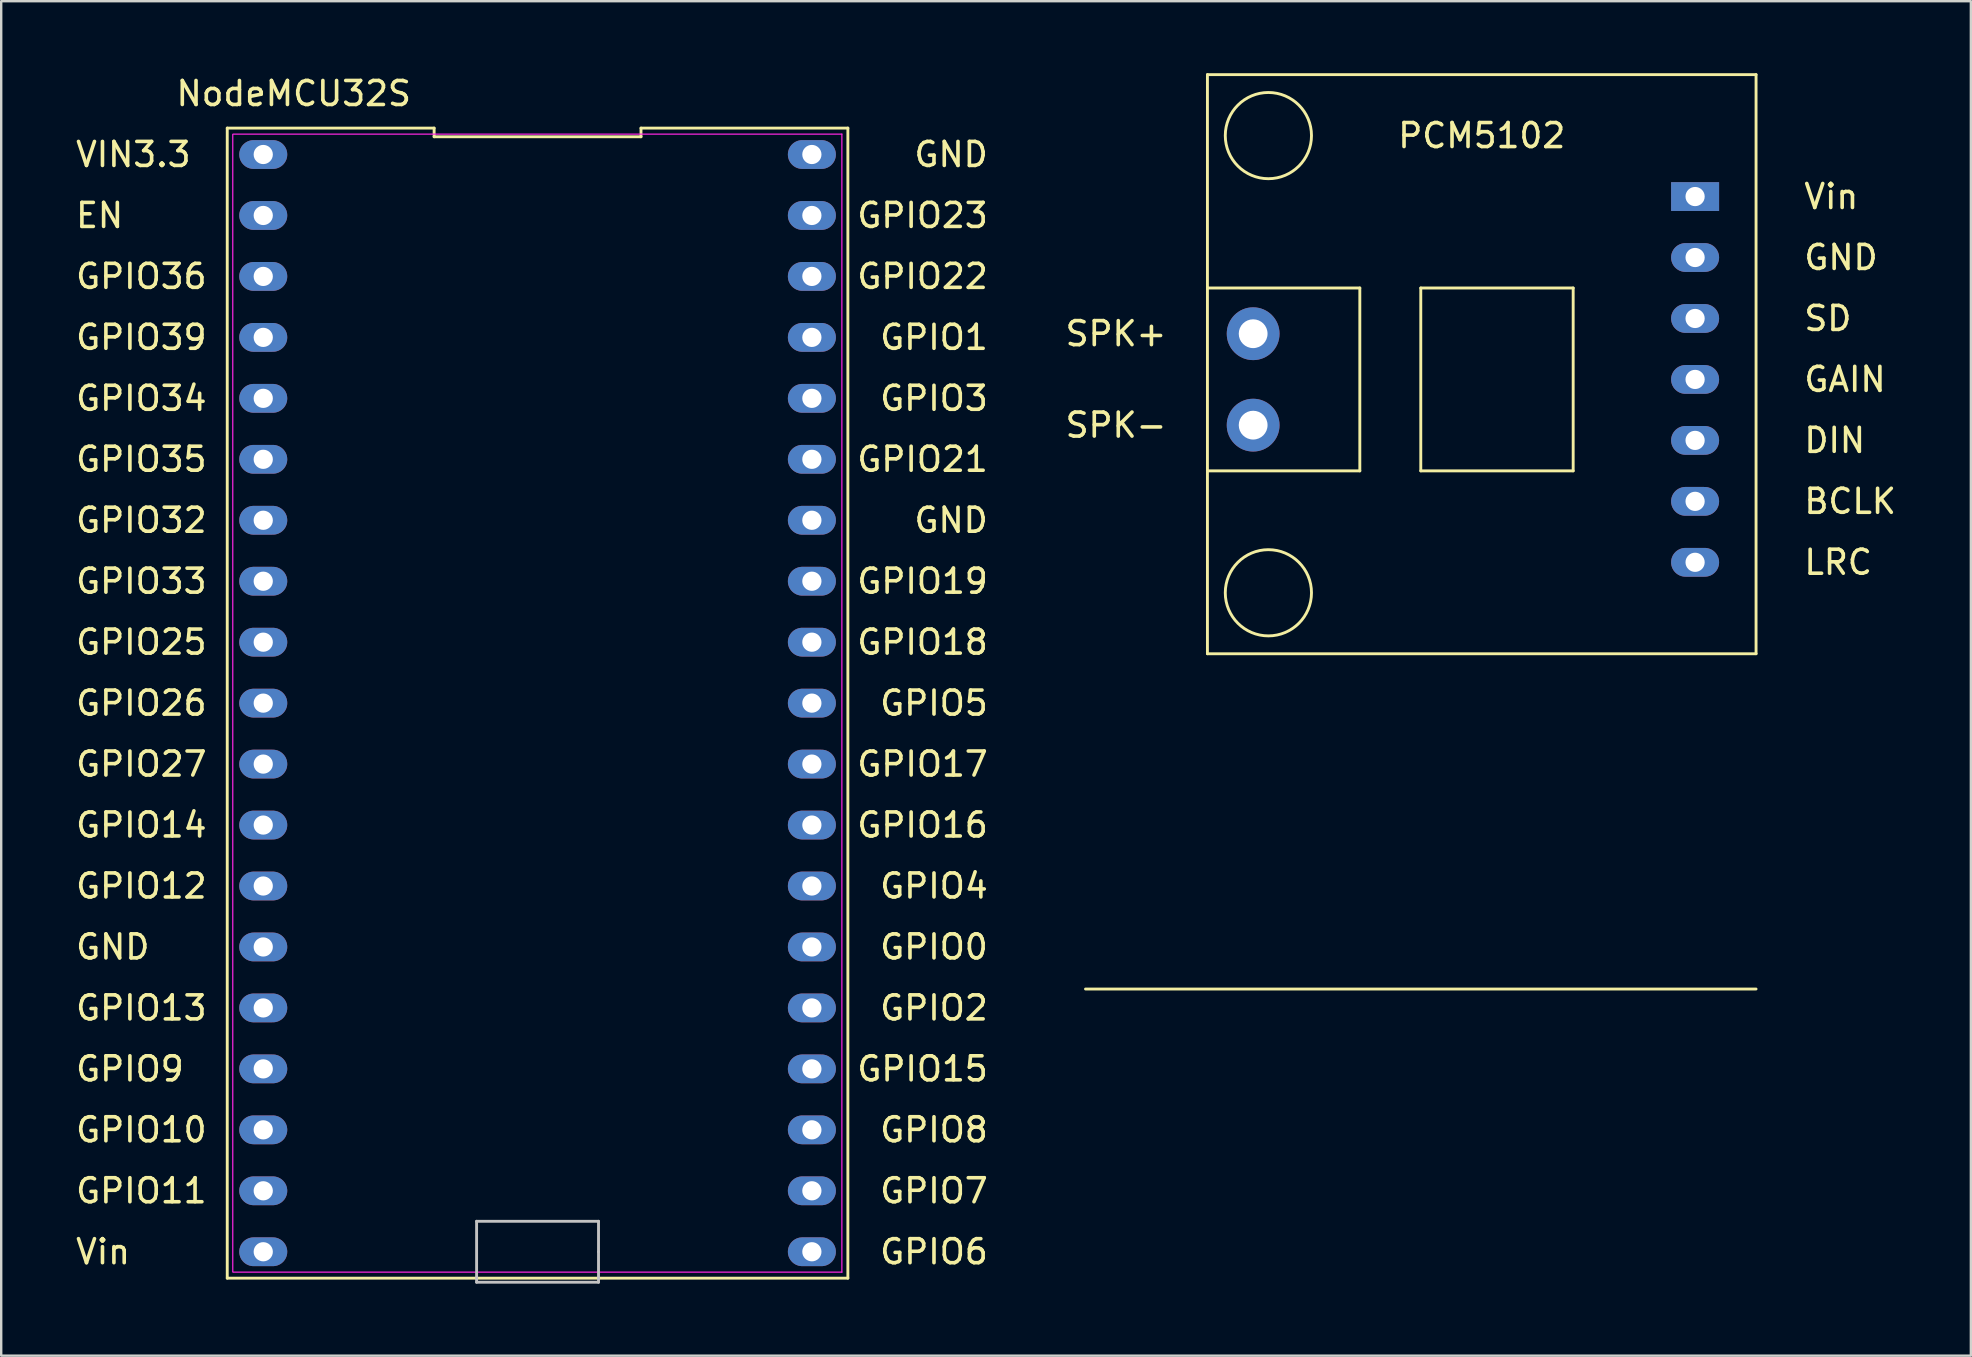
<source format=kicad_pcb>
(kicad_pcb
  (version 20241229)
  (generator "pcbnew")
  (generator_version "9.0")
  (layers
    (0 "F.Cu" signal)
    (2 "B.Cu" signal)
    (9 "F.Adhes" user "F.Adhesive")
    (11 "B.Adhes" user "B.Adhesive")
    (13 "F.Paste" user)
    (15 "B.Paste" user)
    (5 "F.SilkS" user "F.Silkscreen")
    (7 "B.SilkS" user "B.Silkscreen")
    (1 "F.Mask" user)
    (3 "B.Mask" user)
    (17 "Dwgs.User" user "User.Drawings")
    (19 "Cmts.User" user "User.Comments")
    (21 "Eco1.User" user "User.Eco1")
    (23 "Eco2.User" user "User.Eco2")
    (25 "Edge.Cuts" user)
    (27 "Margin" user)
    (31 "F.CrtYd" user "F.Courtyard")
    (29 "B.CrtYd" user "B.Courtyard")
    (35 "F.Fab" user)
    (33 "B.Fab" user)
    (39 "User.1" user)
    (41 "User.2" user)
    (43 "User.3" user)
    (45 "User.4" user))
  (footprint "NodeMCU32S"
    (layer "F.Cu")
    (at 19.349 26.248)
    (property "Reference" "NodeMCU32S" (at -10.16 -25.4 0) (layer "F.SilkS") (effects (font (size 1 1) (thickness 0.15))))
    (attr through_hole)
    (fp_line (start -12.93 23.96) (end 12.93 23.96) (stroke (width 0.12) (type solid)) (layer "F.SilkS"))
    (fp_line (start -12.93 -23.96) (end -12.93 23.96) (stroke (width 0.12) (type solid)) (layer "F.SilkS"))
    (fp_line (start -4.31 -23.96) (end -12.93 -23.96) (stroke (width 0.12) (type solid)) (layer "F.SilkS"))
    (fp_line (start -4.31 -23.6) (end -4.31 -23.96) (stroke (width 0.12) (type solid)) (layer "F.SilkS"))
    (fp_line (start 4.31 -23.96) (end 4.31 -23.6) (stroke (width 0.12) (type solid)) (layer "F.SilkS"))
    (fp_line (start 4.31 -23.6) (end -4.31 -23.6) (stroke (width 0.12) (type solid)) (layer "F.SilkS"))
    (fp_line (start 12.93 23.96) (end 12.93 -23.96) (stroke (width 0.12) (type solid)) (layer "F.SilkS"))
    (fp_line (start 12.93 -23.96) (end 4.31 -23.96) (stroke (width 0.12) (type solid)) (layer "F.SilkS"))
    (fp_line (start -2.54 21.59) (end 2.54 21.59) (stroke (width 0.12) (type solid)) (layer "Dwgs.User"))
    (fp_line (start -2.54 24.13) (end -2.54 21.59) (stroke (width 0.12) (type solid)) (layer "Dwgs.User"))
    (fp_line (start 2.54 21.59) (end 2.54 22.86) (stroke (width 0.12) (type solid)) (layer "Dwgs.User"))
    (fp_line (start 2.54 22.86) (end 2.54 24.13) (stroke (width 0.12) (type solid)) (layer "Dwgs.User"))
    (fp_line (start 2.54 24.13) (end -2.54 24.13) (stroke (width 0.12) (type solid)) (layer "Dwgs.User"))
    (fp_line (start -12.7 23.7) (end -12.7 -23.7) (stroke (width 0.05) (type solid)) (layer "F.CrtYd"))
    (fp_line (start -12.68 -23.71) (end 12.68 -23.71) (stroke (width 0.05) (type solid)) (layer "F.CrtYd"))
    (fp_line (start 12.68 -23.71) (end 12.68 23.71) (stroke (width 0.05) (type solid)) (layer "F.CrtYd"))
    (fp_line (start 12.68 23.71) (end -12.68 23.71) (stroke (width 0.05) (type solid)) (layer "F.CrtYd"))
    (fp_text user "GPIO15" (at 16.042 15.24 0) (unlocked yes) (layer "F.SilkS") (effects (font (size 1 1) (thickness 0.15))))
    (fp_text user "GND" (at -17.7 10.16 0) (unlocked yes) (layer "F.SilkS") (effects (font (size 1 1) (thickness 0.15))))
    (fp_text user "GND" (at 17.232 -22.86 0) (unlocked yes) (layer "F.SilkS") (effects (font (size 1 1) (thickness 0.15))))
    (fp_text user "GPIO34" (at -16.51 -12.7 0) (unlocked yes) (layer "F.SilkS") (effects (font (size 1 1) (thickness 0.15))))
    (fp_text user "EN" (at -18.248 -20.32 0) (unlocked yes) (layer "F.SilkS") (effects (font (size 1 1) (thickness 0.15))))
    (fp_text user "GPIO9" (at -16.986 15.24 0) (unlocked yes) (layer "F.SilkS") (effects (font (size 1 1) (thickness 0.15))))
    (fp_text user "GPIO12" (at -16.51 7.62 0) (unlocked yes) (layer "F.SilkS") (effects (font (size 1 1) (thickness 0.15))))
    (fp_text user "GPIO27" (at -16.51 2.54 0) (unlocked yes) (layer "F.SilkS") (effects (font (size 1 1) (thickness 0.15))))
    (fp_text user "GPIO26" (at -16.51 0 0) (unlocked yes) (layer "F.SilkS") (effects (font (size 1 1) (thickness 0.15))))
    (fp_text user "GPIO16" (at 16.042 5.08 0) (unlocked yes) (layer "F.SilkS") (effects (font (size 1 1) (thickness 0.15))))
    (fp_text user "GPIO14" (at -16.51 5.08 0) (unlocked yes) (layer "F.SilkS") (effects (font (size 1 1) (thickness 0.15))))
    (fp_text user "GPIO11" (at -16.51 20.32 0) (unlocked yes) (layer "F.SilkS") (effects (font (size 1 1) (thickness 0.15))))
    (fp_text user "GPIO17" (at 16.042 2.54 0) (unlocked yes) (layer "F.SilkS") (effects (font (size 1 1) (thickness 0.15))))
    (fp_text user "GPIO33" (at -16.51 -5.08 0) (unlocked yes) (layer "F.SilkS") (effects (font (size 1 1) (thickness 0.15))))
    (fp_text user "GPIO6" (at 16.518 22.86 0) (unlocked yes) (layer "F.SilkS") (effects (font (size 1 1) (thickness 0.15))))
    (fp_text user "GPIO3" (at 16.518 -12.7 0) (unlocked yes) (layer "F.SilkS") (effects (font (size 1 1) (thickness 0.15))))
    (fp_text user "GPIO10" (at -16.51 17.78 0) (unlocked yes) (layer "F.SilkS") (effects (font (size 1 1) (thickness 0.15))))
    (fp_text user "GPIO39" (at -16.51 -15.24 0) (unlocked yes) (layer "F.SilkS") (effects (font (size 1 1) (thickness 0.15))))
    (fp_text user "GPIO36" (at -16.51 -17.78 0) (unlocked yes) (layer "F.SilkS") (effects (font (size 1 1) (thickness 0.15))))
    (fp_text user "GPIO4" (at 16.518 7.62 0) (unlocked yes) (layer "F.SilkS") (effects (font (size 1 1) (thickness 0.15))))
    (fp_text user "GPIO21" (at 16.042 -10.16 0) (unlocked yes) (layer "F.SilkS") (effects (font (size 1 1) (thickness 0.15))))
    (fp_text user "GPIO1" (at 16.518 -15.24 0) (unlocked yes) (layer "F.SilkS") (effects (font (size 1 1) (thickness 0.15))))
    (fp_text user "GPIO2" (at 16.518 12.7 0) (unlocked yes) (layer "F.SilkS") (effects (font (size 1 1) (thickness 0.15))))
    (fp_text user "GPIO19" (at 16.042 -5.08 0) (unlocked yes) (layer "F.SilkS") (effects (font (size 1 1) (thickness 0.15))))
    (fp_text user "VIN3.3" (at -16.843 -22.86 0) (unlocked yes) (layer "F.SilkS") (effects (font (size 1 1) (thickness 0.15))))
    (fp_text user "GPIO8" (at 16.518 17.78 0) (unlocked yes) (layer "F.SilkS") (effects (font (size 1 1) (thickness 0.15))))
    (fp_text user "GND" (at 17.232 -7.62 0) (unlocked yes) (layer "F.SilkS") (effects (font (size 1 1) (thickness 0.15))))
    (fp_text user "GPIO32" (at -16.51 -7.62 0) (unlocked yes) (layer "F.SilkS") (effects (font (size 1 1) (thickness 0.15))))
    (fp_text user "GPIO0" (at 16.518 10.16 0) (unlocked yes) (layer "F.SilkS") (effects (font (size 1 1) (thickness 0.15))))
    (fp_text user "GPIO22" (at 16.042 -17.78 0) (unlocked yes) (layer "F.SilkS") (effects (font (size 1 1) (thickness 0.15))))
    (fp_text user "GPIO18" (at 16.042 -2.54 0) (unlocked yes) (layer "F.SilkS") (effects (font (size 1 1) (thickness 0.15))))
    (fp_text user "Vin" (at -18.105 22.86 0) (unlocked yes) (layer "F.SilkS") (effects (font (size 1 1) (thickness 0.15))))
    (fp_text user "GPIO25" (at -16.51 -2.54 0) (unlocked yes) (layer "F.SilkS") (effects (font (size 1 1) (thickness 0.15))))
    (fp_text user "GPIO5" (at 16.518 0 0) (unlocked yes) (layer "F.SilkS") (effects (font (size 1 1) (thickness 0.15))))
    (fp_text user "GPIO23" (at 16.042 -20.32 0) (unlocked yes) (layer "F.SilkS") (effects (font (size 1 1) (thickness 0.15))))
    (fp_text user "GPIO35" (at -16.51 -10.16 0) (unlocked yes) (layer "F.SilkS") (effects (font (size 1 1) (thickness 0.15))))
    (fp_text user "GPIO7" (at 16.518 20.32 0) (unlocked yes) (layer "F.SilkS") (effects (font (size 1 1) (thickness 0.15))))
    (fp_text user "GPIO13" (at -16.51 12.7 0) (unlocked yes) (layer "F.SilkS") (effects (font (size 1 1) (thickness 0.15))))
    (pad "1" thru_hole oval (at -11.43 -22.86 270) (size 1.2 2) (drill 0.8) (layers "*.Cu" "*.Mask"))
    (pad "2" thru_hole oval (at -11.43 -20.32 270) (size 1.2 2) (drill 0.8) (layers "*.Cu" "*.Mask"))
    (pad "3" thru_hole oval (at -11.43 -17.78 270) (size 1.2 2) (drill 0.8) (layers "*.Cu" "*.Mask"))
    (pad "4" thru_hole oval (at -11.43 -15.24 270) (size 1.2 2) (drill 0.8) (layers "*.Cu" "*.Mask"))
    (pad "5" thru_hole oval (at -11.43 -12.7 270) (size 1.2 2) (drill 0.8) (layers "*.Cu" "*.Mask"))
    (pad "6" thru_hole oval (at -11.43 -10.16 270) (size 1.2 2) (drill 0.8) (layers "*.Cu" "*.Mask"))
    (pad "7" thru_hole oval (at -11.43 -7.62 270) (size 1.2 2) (drill 0.8) (layers "*.Cu" "*.Mask"))
    (pad "8" thru_hole oval (at -11.43 -5.08 270) (size 1.2 2) (drill 0.8) (layers "*.Cu" "*.Mask"))
    (pad "9" thru_hole oval (at -11.43 -2.54 270) (size 1.2 2) (drill 0.8) (layers "*.Cu" "*.Mask"))
    (pad "10" thru_hole oval (at -11.43 0 270) (size 1.2 2) (drill 0.8) (layers "*.Cu" "*.Mask"))
    (pad "11" thru_hole oval (at -11.43 2.54 270) (size 1.2 2) (drill 0.8) (layers "*.Cu" "*.Mask"))
    (pad "12" thru_hole oval (at -11.43 5.08 270) (size 1.2 2) (drill 0.8) (layers "*.Cu" "*.Mask"))
    (pad "13" thru_hole oval (at -11.43 7.62 270) (size 1.2 2) (drill 0.8) (layers "*.Cu" "*.Mask"))
    (pad "14" thru_hole oval (at -11.43 10.16 270) (size 1.2 2) (drill 0.8) (layers "*.Cu" "*.Mask"))
    (pad "15" thru_hole oval (at -11.43 12.7 270) (size 1.2 2) (drill 0.8) (layers "*.Cu" "*.Mask"))
    (pad "16" thru_hole oval (at -11.43 15.24 270) (size 1.2 2) (drill 0.8) (layers "*.Cu" "*.Mask"))
    (pad "17" thru_hole oval (at -11.43 17.78 270) (size 1.2 2) (drill 0.8) (layers "*.Cu" "*.Mask"))
    (pad "18" thru_hole oval (at -11.43 20.32 270) (size 1.2 2) (drill 0.8) (layers "*.Cu" "*.Mask"))
    (pad "19" thru_hole oval (at -11.43 22.86 270) (size 1.2 2) (drill 0.8) (layers "*.Cu" "*.Mask"))
    (pad "20" thru_hole oval (at 11.43 22.86 270) (size 1.2 2) (drill 0.8) (layers "*.Cu" "*.Mask"))
    (pad "21" thru_hole oval (at 11.43 20.32 270) (size 1.2 2) (drill 0.8) (layers "*.Cu" "*.Mask"))
    (pad "22" thru_hole oval (at 11.43 17.78 270) (size 1.2 2) (drill 0.8) (layers "*.Cu" "*.Mask"))
    (pad "23" thru_hole oval (at 11.43 15.24 270) (size 1.2 2) (drill 0.8) (layers "*.Cu" "*.Mask"))
    (pad "24" thru_hole oval (at 11.43 12.7 270) (size 1.2 2) (drill 0.8) (layers "*.Cu" "*.Mask"))
    (pad "25" thru_hole oval (at 11.43 10.16 270) (size 1.2 2) (drill 0.8) (layers "*.Cu" "*.Mask"))
    (pad "26" thru_hole oval (at 11.43 7.62 270) (size 1.2 2) (drill 0.8) (layers "*.Cu" "*.Mask"))
    (pad "27" thru_hole oval (at 11.43 5.08 270) (size 1.2 2) (drill 0.8) (layers "*.Cu" "*.Mask"))
    (pad "28" thru_hole oval (at 11.43 2.54 270) (size 1.2 2) (drill 0.8) (layers "*.Cu" "*.Mask"))
    (pad "29" thru_hole oval (at 11.43 0 270) (size 1.2 2) (drill 0.8) (layers "*.Cu" "*.Mask"))
    (pad "30" thru_hole oval (at 11.43 -2.54 270) (size 1.2 2) (drill 0.8) (layers "*.Cu" "*.Mask"))
    (pad "31" thru_hole oval (at 11.43 -5.08 270) (size 1.2 2) (drill 0.8) (layers "*.Cu" "*.Mask"))
    (pad "32" thru_hole oval (at 11.43 -7.62 270) (size 1.2 2) (drill 0.8) (layers "*.Cu" "*.Mask"))
    (pad "33" thru_hole oval (at 11.43 -10.16 270) (size 1.2 2) (drill 0.8) (layers "*.Cu" "*.Mask"))
    (pad "34" thru_hole oval (at 11.43 -12.7 270) (size 1.2 2) (drill 0.8) (layers "*.Cu" "*.Mask"))
    (pad "35" thru_hole oval (at 11.43 -15.24 270) (size 1.2 2) (drill 0.8) (layers "*.Cu" "*.Mask"))
    (pad "36" thru_hole oval (at 11.43 -17.78 270) (size 1.2 2) (drill 0.8) (layers "*.Cu" "*.Mask"))
    (pad "37" thru_hole oval (at 11.43 -20.32 270) (size 1.2 2) (drill 0.8) (layers "*.Cu" "*.Mask"))
    (pad "38" thru_hole oval (at 11.43 -22.86 270) (size 1.2 2) (drill 0.8) (layers "*.Cu" "*.Mask")))
  (footprint "PCM5102"
    (layer "F.Cu")
    (at 56.151 2.6)
    (property "Reference" "PCM5102" (at 2.54 0 0) (layer "F.SilkS") (effects (font (size 1 1) (thickness 0.15))))
    (attr through_hole)
    (fp_line (start -13.97 35.56) (end 13.97 35.56) (stroke (width 0.12) (type solid)) (layer "F.SilkS"))
    (fp_line (start -8.89 -2.54) (end 13.97 -2.54) (stroke (width 0.12) (type solid)) (layer "F.SilkS"))
    (fp_line (start -8.89 6.35) (end -2.54 6.35) (stroke (width 0.12) (type solid)) (layer "F.SilkS"))
    (fp_line (start -8.89 21.59) (end -8.89 -2.54) (stroke (width 0.12) (type solid)) (layer "F.SilkS"))
    (fp_line (start -2.54 6.35) (end -2.54 13.97) (stroke (width 0.12) (type solid)) (layer "F.SilkS"))
    (fp_line (start -2.54 13.97) (end -8.89 13.97) (stroke (width 0.12) (type solid)) (layer "F.SilkS"))
    (fp_line (start 0 6.35) (end 6.35 6.35) (stroke (width 0.12) (type solid)) (layer "F.SilkS"))
    (fp_line (start 0 13.97) (end 0 6.35) (stroke (width 0.12) (type solid)) (layer "F.SilkS"))
    (fp_line (start 6.35 6.35) (end 6.35 13.97) (stroke (width 0.12) (type solid)) (layer "F.SilkS"))
    (fp_line (start 6.35 13.97) (end 0 13.97) (stroke (width 0.12) (type solid)) (layer "F.SilkS"))
    (fp_line (start 13.97 -2.54) (end 13.97 21.59) (stroke (width 0.12) (type solid)) (layer "F.SilkS"))
    (fp_line (start 13.97 21.59) (end -8.89 21.59) (stroke (width 0.12) (type solid)) (layer "F.SilkS"))
    (fp_circle (center -6.35 0) (end -5.08 1.27) (stroke (width 0.12) (type solid)) (fill no) (layer "F.SilkS"))
    (fp_circle (center -6.35 19.05) (end -5.08 20.32) (stroke (width 0.12) (type solid)) (fill no) (layer "F.SilkS"))
    (fp_text user "SPK+" (at -12.7 8.255 0) (unlocked yes) (layer "F.SilkS") (effects (font (size 1 1) (thickness 0.15))))
    (fp_text user "LRC" (at 17.391 17.78 0) (unlocked yes) (layer "F.SilkS") (effects (font (size 1 1) (thickness 0.15))))
    (fp_text user "BCLK" (at 17.891 15.24 0) (unlocked yes) (layer "F.SilkS") (effects (font (size 1 1) (thickness 0.15))))
    (fp_text user "DIN" (at 17.249 12.7 0) (unlocked yes) (layer "F.SilkS") (effects (font (size 1 1) (thickness 0.15))))
    (fp_text user "GND" (at 17.51 5.08 0) (unlocked yes) (layer "F.SilkS") (effects (font (size 1 1) (thickness 0.15))))
    (fp_text user "SD" (at 16.963 7.62 0) (unlocked yes) (layer "F.SilkS") (effects (font (size 1 1) (thickness 0.15))))
    (fp_text user "Vin" (at 17.106 2.54 0) (unlocked yes) (layer "F.SilkS") (effects (font (size 1 1) (thickness 0.15))))
    (fp_text user "SPK-" (at -12.7 12.065 0) (unlocked yes) (layer "F.SilkS") (effects (font (size 1 1) (thickness 0.15))))
    (fp_text user "GAIN" (at 17.677 10.16 0) (unlocked yes) (layer "F.SilkS") (effects (font (size 1 1) (thickness 0.15))))
    (pad "1" thru_hole rect (at 11.43 2.54 270) (size 1.2 2) (drill 0.8) (layers "*.Cu" "*.Mask"))
    (pad "2" thru_hole oval (at 11.43 5.08 270) (size 1.2 2) (drill 0.8) (layers "*.Cu" "*.Mask"))
    (pad "3" thru_hole oval (at 11.43 7.62 270) (size 1.2 2) (drill 0.8) (layers "*.Cu" "*.Mask"))
    (pad "4" thru_hole oval (at 11.43 10.16 270) (size 1.2 2) (drill 0.8) (layers "*.Cu" "*.Mask"))
    (pad "5" thru_hole oval (at 11.43 12.7 270) (size 1.2 2) (drill 0.8) (layers "*.Cu" "*.Mask"))
    (pad "6" thru_hole oval (at 11.43 15.24 270) (size 1.2 2) (drill 0.8) (layers "*.Cu" "*.Mask"))
    (pad "7" thru_hole oval (at 11.43 17.78 270) (size 1.2 2) (drill 0.8) (layers "*.Cu" "*.Mask"))
    (pad "8" thru_hole oval (at -6.985 12.065 270) (size 2.2 2.2) (drill 1.2) (layers "*.Cu" "*.Mask"))
    (pad "9" thru_hole oval (at -6.985 8.255 270) (size 2.2 2.2) (drill 1.2) (layers "*.Cu" "*.Mask")))
  (gr_rect
    (start -3 -3)
    (end 79.072 53.438)
    (stroke (width 0.1) (type default))
    (fill no)
    (layer "Edge.Cuts")))
</source>
